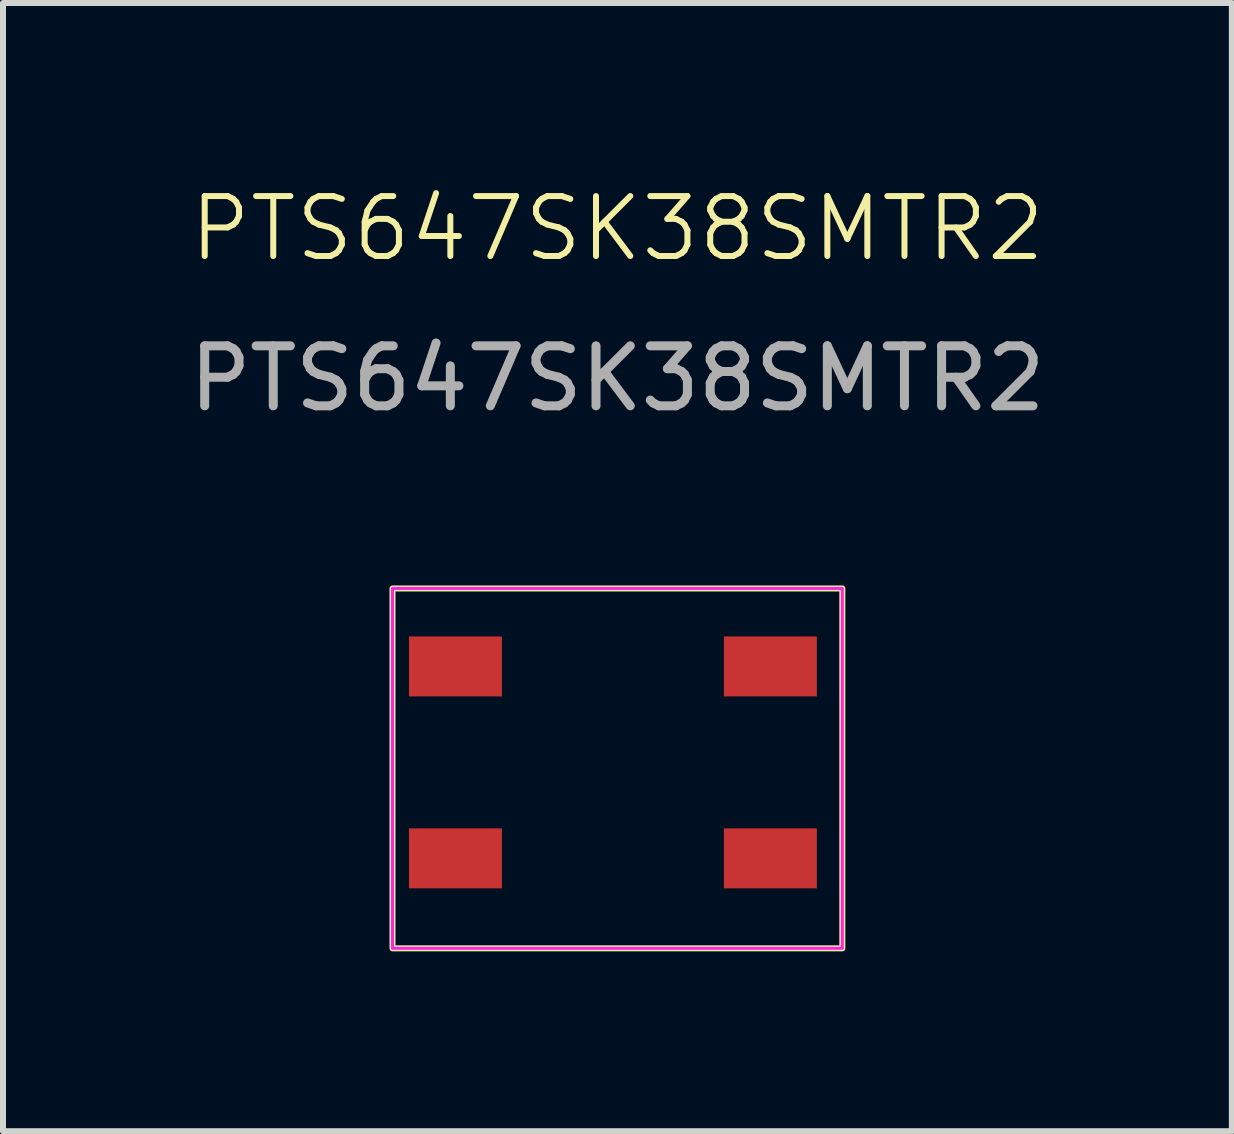
<source format=kicad_pcb>
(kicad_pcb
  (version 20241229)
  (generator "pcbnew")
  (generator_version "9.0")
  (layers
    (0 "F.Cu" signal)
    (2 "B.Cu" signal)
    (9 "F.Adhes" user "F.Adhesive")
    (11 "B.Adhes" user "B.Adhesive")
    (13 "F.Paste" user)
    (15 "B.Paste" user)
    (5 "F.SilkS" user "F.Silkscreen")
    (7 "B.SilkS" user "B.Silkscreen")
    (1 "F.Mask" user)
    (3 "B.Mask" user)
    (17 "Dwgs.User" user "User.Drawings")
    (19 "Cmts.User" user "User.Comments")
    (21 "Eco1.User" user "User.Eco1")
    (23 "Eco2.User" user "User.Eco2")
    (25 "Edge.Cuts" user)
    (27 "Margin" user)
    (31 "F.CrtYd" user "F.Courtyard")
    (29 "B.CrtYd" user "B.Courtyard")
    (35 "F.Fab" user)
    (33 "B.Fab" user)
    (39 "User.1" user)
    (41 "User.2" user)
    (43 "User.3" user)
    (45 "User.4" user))
  (footprint "PTS647SK38SMTR2"
    (layer "F.Cu")
    (at 7.244 9.761)
    (property "Reference" "PTS647SK38SMTR2" (at 0 -9 0) (unlocked yes) (layer "F.SilkS") (effects (font (size 1 1) (thickness 0.1))))
    (attr smd)
    (fp_rect (start -3.75 -3) (end 3.75 3) (stroke (width 0.1) (type default)) (fill no) (layer "F.SilkS"))
    (fp_rect (start -3.75 -3) (end 3.75 3) (stroke (width 0.05) (type default)) (fill no) (layer "F.CrtYd"))
    (fp_text user "${REFERENCE}" (at 0 -6.5 0) (unlocked yes) (layer "F.Fab") (effects (font (size 1 1) (thickness 0.15))))
    (pad "1" smd rect (at -2.7 -1.7) (size 1.55 1) (layers "F.Cu" "F.Mask" "F.Paste"))
    (pad "2" smd rect (at 2.55 -1.7) (size 1.55 1) (layers "F.Cu" "F.Mask" "F.Paste"))
    (pad "3" smd rect (at -2.7 1.5) (size 1.55 1) (layers "F.Cu" "F.Mask" "F.Paste"))
    (pad "4" smd rect (at 2.55 1.5) (size 1.55 1) (layers "F.Cu" "F.Mask" "F.Paste")))
  (gr_rect
    (start -3 -3)
    (end 17.488 15.81)
    (stroke (width 0.1) (type default))
    (fill no)
    (layer "Edge.Cuts")))
</source>
